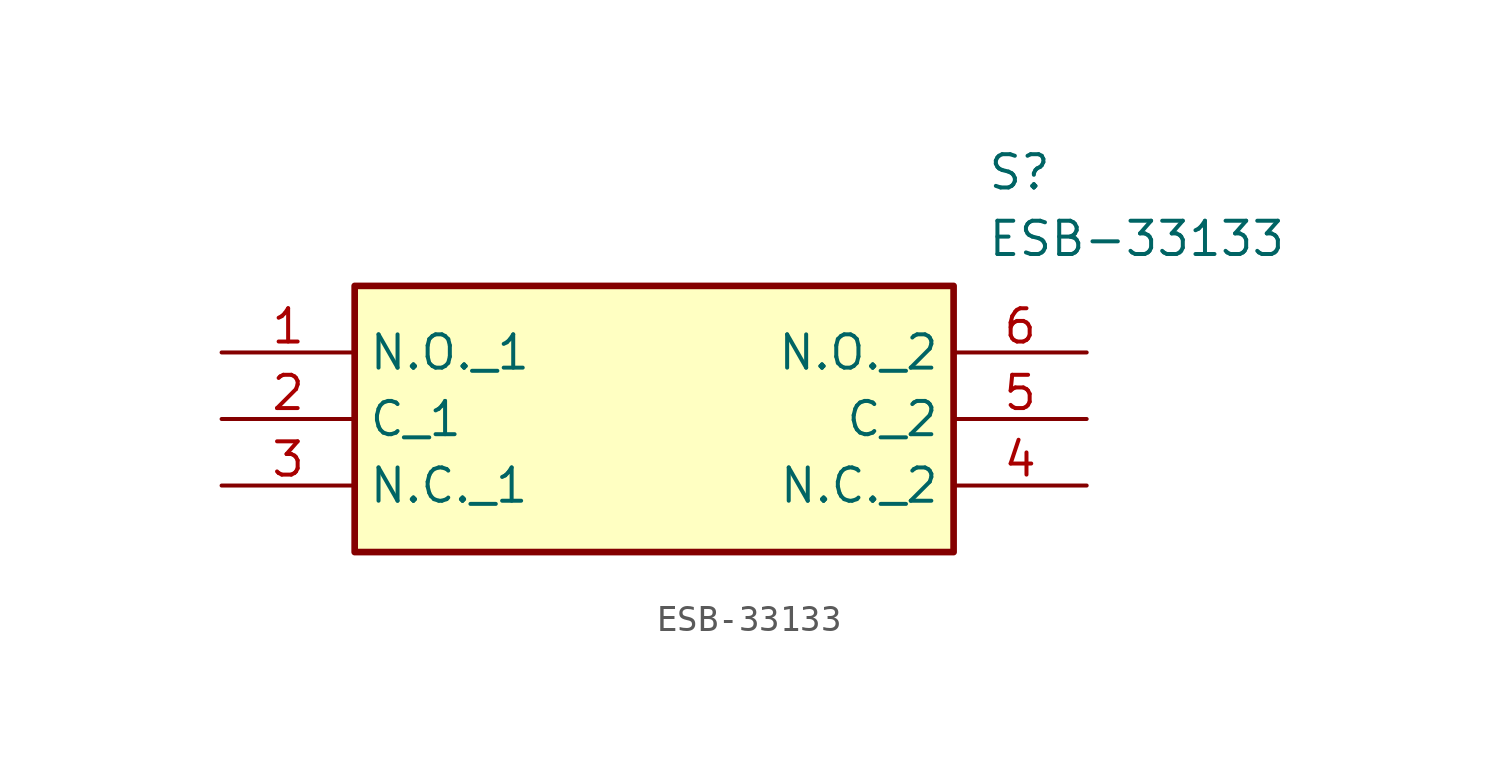
<source format=kicad_sym>
(kicad_symbol_lib
  (version 20211014)
  (generator SamacSys_ECAD_Model)
  (symbol "ESB-33133"
    (property "Reference" "S"
      (at 29.21 7.62 0)
      (effects (font (size 1.27 1.27)) (justify left top)))
    (property "Value" "ESB-33133"
      (at 29.21 5.08 0)
      (effects (font (size 1.27 1.27)) (justify left top)))
    (rectangle
      (start 5.08 2.54)
      (end 27.94 -7.62)
      (stroke (width 0.254) (type default))
      (fill (type background)))
    (pin passive line
      (at 0 0 0)
      (length 5.08)
      (name "N.O._1" (effects (font (size 1.27 1.27))))
      (number "1" (effects (font (size 1.27 1.27)))))
    (pin passive line
      (at 0 -2.54 0)
      (length 5.08)
      (name "C_1" (effects (font (size 1.27 1.27))))
      (number "2" (effects (font (size 1.27 1.27)))))
    (pin passive line
      (at 0 -5.08 0)
      (length 5.08)
      (name "N.C._1" (effects (font (size 1.27 1.27))))
      (number "3" (effects (font (size 1.27 1.27)))))
    (pin passive line
      (at 33.02 -5.08 180)
      (length 5.08)
      (name "N.C._2" (effects (font (size 1.27 1.27))))
      (number "4" (effects (font (size 1.27 1.27)))))
    (pin passive line
      (at 33.02 -2.54 180)
      (length 5.08)
      (name "C_2" (effects (font (size 1.27 1.27))))
      (number "5" (effects (font (size 1.27 1.27)))))
    (pin passive line
      (at 33.02 0 180)
      (length 5.08)
      (name "N.O._2" (effects (font (size 1.27 1.27))))
      (number "6" (effects (font (size 1.27 1.27)))))))
</source>
